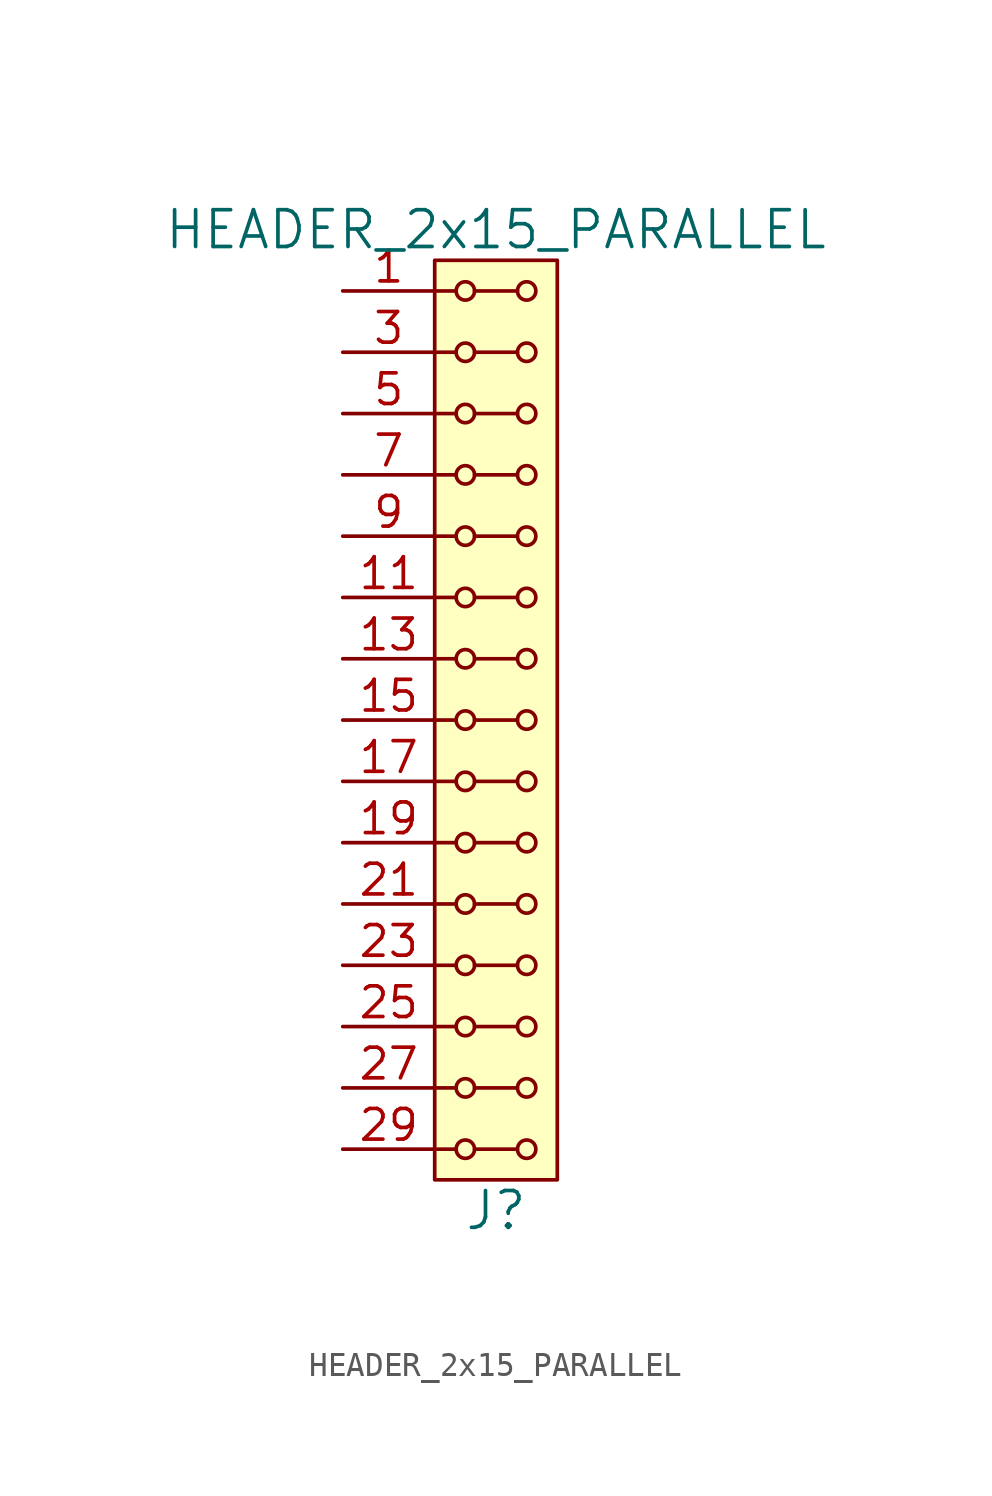
<source format=kicad_sym>
(kicad_symbol_lib
  (version 20211014)
  (generator kicad_symbol_editor)
  (symbol "HEADER_2x15_PARALLEL"
    (pin_names
      (offset 1.016))
    (property "Reference" "J"
      (at 0 -20.32 0)
      (effects (font (size 1.524 1.524))))
    (property "Value" "HEADER_2x15_PARALLEL"
      (at 0 20.32 0)
      (effects (font (size 1.524 1.524))))
    (property "Footprint" ""
      (at 0 17.78 0)
      (effects (font (size 1.524 1.524))))
    (property "Datasheet" ""
      (at 0 17.78 0)
      (effects (font (size 1.524 1.524))))
    (symbol "HEADER_2x15_PARALLEL_0_1"
      (rectangle (start -2.54 19.05) (end 2.54 -19.05) (stroke (width 0) (type default) (color 0 0 0 0)) (fill (type background)))
      (circle (center -1.27 -17.78) (radius 0.381) (stroke (width 0) (type default) (color 0 0 0 0)) (fill (type none)))
      (circle (center -1.27 -15.24) (radius 0.381) (stroke (width 0) (type default) (color 0 0 0 0)) (fill (type none)))
      (circle (center -1.27 -12.7) (radius 0.381) (stroke (width 0) (type default) (color 0 0 0 0)) (fill (type none)))
      (circle (center -1.27 -10.16) (radius 0.381) (stroke (width 0) (type default) (color 0 0 0 0)) (fill (type none)))
      (circle (center -1.27 -7.62) (radius 0.381) (stroke (width 0) (type default) (color 0 0 0 0)) (fill (type none)))
      (circle (center -1.27 -5.08) (radius 0.381) (stroke (width 0) (type default) (color 0 0 0 0)) (fill (type none)))
      (circle (center -1.27 -2.54) (radius 0.381) (stroke (width 0) (type default) (color 0 0 0 0)) (fill (type none)))
      (circle (center -1.27 0) (radius 0.381) (stroke (width 0) (type default) (color 0 0 0 0)) (fill (type none)))
      (circle (center -1.27 2.54) (radius 0.381) (stroke (width 0) (type default) (color 0 0 0 0)) (fill (type none)))
      (circle (center -1.27 5.08) (radius 0.381) (stroke (width 0) (type default) (color 0 0 0 0)) (fill (type none)))
      (circle (center -1.27 7.62) (radius 0.381) (stroke (width 0) (type default) (color 0 0 0 0)) (fill (type none)))
      (circle (center -1.27 10.16) (radius 0.381) (stroke (width 0) (type default) (color 0 0 0 0)) (fill (type none)))
      (circle (center -1.27 12.7) (radius 0.381) (stroke (width 0) (type default) (color 0 0 0 0)) (fill (type none)))
      (circle (center -1.27 15.24) (radius 0.381) (stroke (width 0) (type default) (color 0 0 0 0)) (fill (type none)))
      (circle (center -1.27 17.78) (radius 0.381) (stroke (width 0) (type default) (color 0 0 0 0)) (fill (type none)))
      (polyline (pts (xy -1.651 -17.78) (xy -2.54 -17.78)) (stroke (width 0) (type default) (color 0 0 0 0)) (fill (type none)))
      (polyline (pts (xy -1.651 -15.24) (xy -2.54 -15.24)) (stroke (width 0) (type default) (color 0 0 0 0)) (fill (type none)))
      (polyline (pts (xy -1.651 -12.7) (xy -2.54 -12.7)) (stroke (width 0) (type default) (color 0 0 0 0)) (fill (type none)))
      (polyline (pts (xy -1.651 -10.16) (xy -2.54 -10.16)) (stroke (width 0) (type default) (color 0 0 0 0)) (fill (type none)))
      (polyline (pts (xy -1.651 -7.62) (xy -2.54 -7.62)) (stroke (width 0) (type default) (color 0 0 0 0)) (fill (type none)))
      (polyline (pts (xy -1.651 -5.08) (xy -2.54 -5.08)) (stroke (width 0) (type default) (color 0 0 0 0)) (fill (type none)))
      (polyline (pts (xy -1.651 -2.54) (xy -2.54 -2.54)) (stroke (width 0) (type default) (color 0 0 0 0)) (fill (type none)))
      (polyline (pts (xy -1.651 0) (xy -2.54 0)) (stroke (width 0) (type default) (color 0 0 0 0)) (fill (type none)))
      (polyline (pts (xy -1.651 2.54) (xy -2.54 2.54)) (stroke (width 0) (type default) (color 0 0 0 0)) (fill (type none)))
      (polyline (pts (xy -1.651 5.08) (xy -2.54 5.08)) (stroke (width 0) (type default) (color 0 0 0 0)) (fill (type none)))
      (polyline (pts (xy -1.651 7.62) (xy -2.54 7.62)) (stroke (width 0) (type default) (color 0 0 0 0)) (fill (type none)))
      (polyline (pts (xy -1.651 10.16) (xy -2.54 10.16)) (stroke (width 0) (type default) (color 0 0 0 0)) (fill (type none)))
      (polyline (pts (xy -1.651 12.7) (xy -2.54 12.7)) (stroke (width 0) (type default) (color 0 0 0 0)) (fill (type none)))
      (polyline (pts (xy -1.651 15.24) (xy -2.54 15.24)) (stroke (width 0) (type default) (color 0 0 0 0)) (fill (type none)))
      (polyline (pts (xy -1.651 17.78) (xy -2.54 17.78)) (stroke (width 0) (type default) (color 0 0 0 0)) (fill (type none)))
      (polyline (pts (xy -0.889 -17.78) (xy 0.889 -17.78)) (stroke (width 0) (type default) (color 0 0 0 0)) (fill (type none)))
      (polyline (pts (xy -0.889 -15.24) (xy 0.889 -15.24)) (stroke (width 0) (type default) (color 0 0 0 0)) (fill (type none)))
      (polyline (pts (xy -0.889 -12.7) (xy 0.889 -12.7)) (stroke (width 0) (type default) (color 0 0 0 0)) (fill (type none)))
      (polyline (pts (xy -0.889 -10.16) (xy 0.889 -10.16)) (stroke (width 0) (type default) (color 0 0 0 0)) (fill (type none)))
      (polyline (pts (xy -0.889 -7.62) (xy 0.889 -7.62)) (stroke (width 0) (type default) (color 0 0 0 0)) (fill (type none)))
      (polyline (pts (xy -0.889 -5.08) (xy 0.889 -5.08)) (stroke (width 0) (type default) (color 0 0 0 0)) (fill (type none)))
      (polyline (pts (xy -0.889 -2.54) (xy 0.889 -2.54)) (stroke (width 0) (type default) (color 0 0 0 0)) (fill (type none)))
      (polyline (pts (xy -0.889 0) (xy 0.889 0)) (stroke (width 0) (type default) (color 0 0 0 0)) (fill (type none)))
      (polyline (pts (xy -0.889 2.54) (xy 0.889 2.54)) (stroke (width 0) (type default) (color 0 0 0 0)) (fill (type none)))
      (polyline (pts (xy -0.889 5.08) (xy 0.889 5.08)) (stroke (width 0) (type default) (color 0 0 0 0)) (fill (type none)))
      (polyline (pts (xy -0.889 7.62) (xy 0.889 7.62)) (stroke (width 0) (type default) (color 0 0 0 0)) (fill (type none)))
      (polyline (pts (xy -0.889 10.16) (xy 0.889 10.16)) (stroke (width 0) (type default) (color 0 0 0 0)) (fill (type none)))
      (polyline (pts (xy -0.889 12.7) (xy 0.889 12.7)) (stroke (width 0) (type default) (color 0 0 0 0)) (fill (type none)))
      (polyline (pts (xy -0.889 15.24) (xy 0.889 15.24)) (stroke (width 0) (type default) (color 0 0 0 0)) (fill (type none)))
      (polyline (pts (xy -0.889 17.78) (xy 0.889 17.78)) (stroke (width 0) (type default) (color 0 0 0 0)) (fill (type none)))
      (circle (center 1.27 -17.78) (radius 0.381) (stroke (width 0) (type default) (color 0 0 0 0)) (fill (type none)))
      (circle (center 1.27 -15.24) (radius 0.381) (stroke (width 0) (type default) (color 0 0 0 0)) (fill (type none)))
      (circle (center 1.27 -12.7) (radius 0.381) (stroke (width 0) (type default) (color 0 0 0 0)) (fill (type none)))
      (circle (center 1.27 -10.16) (radius 0.381) (stroke (width 0) (type default) (color 0 0 0 0)) (fill (type none)))
      (circle (center 1.27 -7.62) (radius 0.381) (stroke (width 0) (type default) (color 0 0 0 0)) (fill (type none)))
      (circle (center 1.27 -5.08) (radius 0.381) (stroke (width 0) (type default) (color 0 0 0 0)) (fill (type none)))
      (circle (center 1.27 -2.54) (radius 0.381) (stroke (width 0) (type default) (color 0 0 0 0)) (fill (type none)))
      (circle (center 1.27 0) (radius 0.381) (stroke (width 0) (type default) (color 0 0 0 0)) (fill (type none)))
      (circle (center 1.27 2.54) (radius 0.381) (stroke (width 0) (type default) (color 0 0 0 0)) (fill (type none)))
      (circle (center 1.27 5.08) (radius 0.381) (stroke (width 0) (type default) (color 0 0 0 0)) (fill (type none)))
      (circle (center 1.27 7.62) (radius 0.381) (stroke (width 0) (type default) (color 0 0 0 0)) (fill (type none)))
      (circle (center 1.27 10.16) (radius 0.381) (stroke (width 0) (type default) (color 0 0 0 0)) (fill (type none)))
      (circle (center 1.27 12.7) (radius 0.381) (stroke (width 0) (type default) (color 0 0 0 0)) (fill (type none)))
      (circle (center 1.27 15.24) (radius 0.381) (stroke (width 0) (type default) (color 0 0 0 0)) (fill (type none)))
      (circle (center 1.27 17.78) (radius 0.381) (stroke (width 0) (type default) (color 0 0 0 0)) (fill (type none))))
    (symbol "HEADER_2x15_PARALLEL_1_1"
      (pin input line (at -6.35 17.78 0) (length 3.81) (name "~" (effects (font (size 1.27 1.27)))) (number "1" (effects (font (size 1.27 1.27)))))
      (pin input line (at -6.35 7.62 0) (length 3.81) hide (name "~" (effects (font (size 1.27 1.27)))) (number "10" (effects (font (size 1.27 1.27)))))
      (pin input line (at -6.35 5.08 0) (length 3.81) (name "~" (effects (font (size 1.27 1.27)))) (number "11" (effects (font (size 1.27 1.27)))))
      (pin input line (at -6.35 5.08 0) (length 3.81) hide (name "~" (effects (font (size 1.27 1.27)))) (number "12" (effects (font (size 1.27 1.27)))))
      (pin input line (at -6.35 2.54 0) (length 3.81) (name "~" (effects (font (size 1.27 1.27)))) (number "13" (effects (font (size 1.27 1.27)))))
      (pin input line (at -6.35 2.54 0) (length 3.81) hide (name "~" (effects (font (size 1.27 1.27)))) (number "14" (effects (font (size 1.27 1.27)))))
      (pin input line (at -6.35 0 0) (length 3.81) (name "~" (effects (font (size 1.27 1.27)))) (number "15" (effects (font (size 1.27 1.27)))))
      (pin input line (at -6.35 0 0) (length 3.81) hide (name "~" (effects (font (size 1.27 1.27)))) (number "16" (effects (font (size 1.27 1.27)))))
      (pin input line (at -6.35 -2.54 0) (length 3.81) (name "~" (effects (font (size 1.27 1.27)))) (number "17" (effects (font (size 1.27 1.27)))))
      (pin input line (at -6.35 -2.54 0) (length 3.81) hide (name "~" (effects (font (size 1.27 1.27)))) (number "18" (effects (font (size 1.27 1.27)))))
      (pin input line (at -6.35 -5.08 0) (length 3.81) (name "~" (effects (font (size 1.27 1.27)))) (number "19" (effects (font (size 1.27 1.27)))))
      (pin input line (at -6.35 17.78 0) (length 3.81) hide (name "~" (effects (font (size 1.27 1.27)))) (number "2" (effects (font (size 1.27 1.27)))))
      (pin input line (at -6.35 -5.08 0) (length 3.81) hide (name "~" (effects (font (size 1.27 1.27)))) (number "20" (effects (font (size 1.27 1.27)))))
      (pin input line (at -6.35 -7.62 0) (length 3.81) (name "~" (effects (font (size 1.27 1.27)))) (number "21" (effects (font (size 1.27 1.27)))))
      (pin input line (at -6.35 -7.62 0) (length 3.81) hide (name "~" (effects (font (size 1.27 1.27)))) (number "22" (effects (font (size 1.27 1.27)))))
      (pin input line (at -6.35 -10.16 0) (length 3.81) (name "~" (effects (font (size 1.27 1.27)))) (number "23" (effects (font (size 1.27 1.27)))))
      (pin input line (at -6.35 -10.16 0) (length 3.81) hide (name "~" (effects (font (size 1.27 1.27)))) (number "24" (effects (font (size 1.27 1.27)))))
      (pin input line (at -6.35 -12.7 0) (length 3.81) (name "~" (effects (font (size 1.27 1.27)))) (number "25" (effects (font (size 1.27 1.27)))))
      (pin input line (at -6.35 -12.7 0) (length 3.81) hide (name "~" (effects (font (size 1.27 1.27)))) (number "26" (effects (font (size 1.27 1.27)))))
      (pin input line (at -6.35 -15.24 0) (length 3.81) (name "~" (effects (font (size 1.27 1.27)))) (number "27" (effects (font (size 1.27 1.27)))))
      (pin input line (at -6.35 -15.24 0) (length 3.81) hide (name "~" (effects (font (size 1.27 1.27)))) (number "28" (effects (font (size 1.27 1.27)))))
      (pin input line (at -6.35 -17.78 0) (length 3.81) (name "~" (effects (font (size 1.27 1.27)))) (number "29" (effects (font (size 1.27 1.27)))))
      (pin input line (at -6.35 15.24 0) (length 3.81) (name "~" (effects (font (size 1.27 1.27)))) (number "3" (effects (font (size 1.27 1.27)))))
      (pin input line (at -6.35 -17.78 0) (length 3.81) hide (name "~" (effects (font (size 1.27 1.27)))) (number "30" (effects (font (size 1.27 1.27)))))
      (pin input line (at -6.35 15.24 0) (length 3.81) hide (name "~" (effects (font (size 1.27 1.27)))) (number "4" (effects (font (size 1.27 1.27)))))
      (pin input line (at -6.35 12.7 0) (length 3.81) (name "~" (effects (font (size 1.27 1.27)))) (number "5" (effects (font (size 1.27 1.27)))))
      (pin input line (at -6.35 12.7 0) (length 3.81) hide (name "~" (effects (font (size 1.27 1.27)))) (number "6" (effects (font (size 1.27 1.27)))))
      (pin input line (at -6.35 10.16 0) (length 3.81) (name "~" (effects (font (size 1.27 1.27)))) (number "7" (effects (font (size 1.27 1.27)))))
      (pin input line (at -6.35 10.16 0) (length 3.81) hide (name "~" (effects (font (size 1.27 1.27)))) (number "8" (effects (font (size 1.27 1.27)))))
      (pin input line (at -6.35 7.62 0) (length 3.81) (name "~" (effects (font (size 1.27 1.27)))) (number "9" (effects (font (size 1.27 1.27))))))))
</source>
